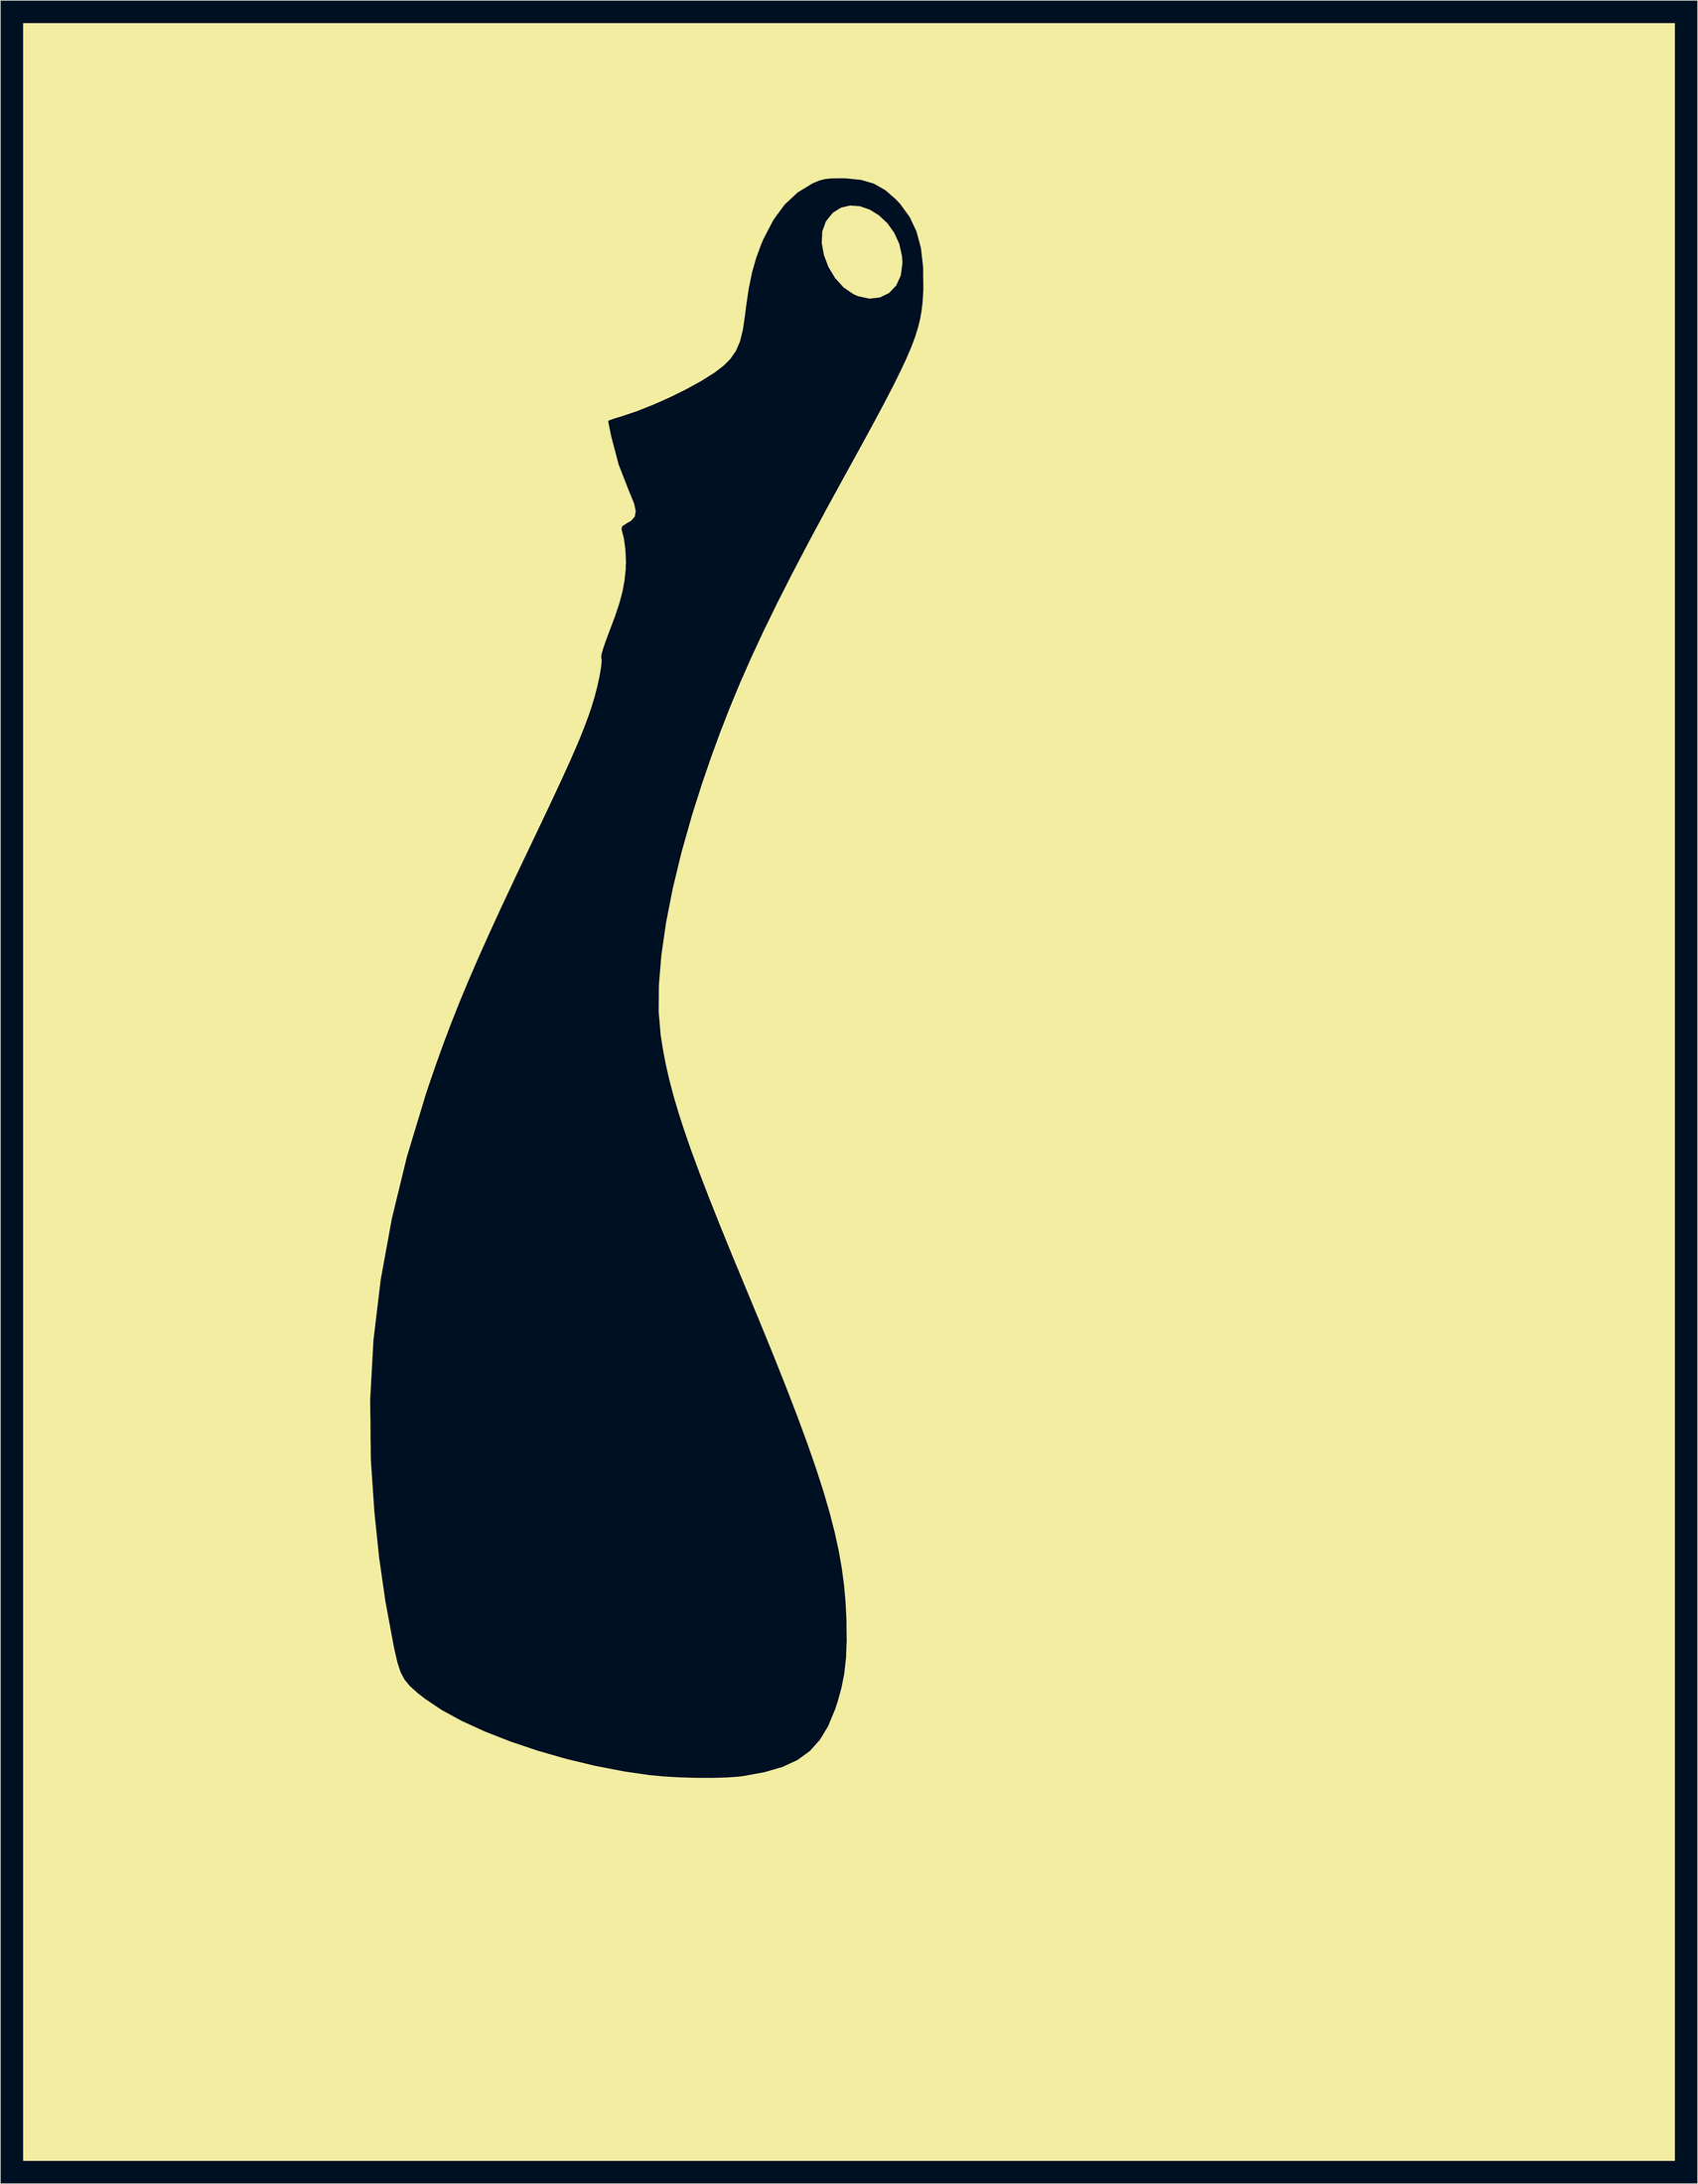
<source format=kicad_pcb>
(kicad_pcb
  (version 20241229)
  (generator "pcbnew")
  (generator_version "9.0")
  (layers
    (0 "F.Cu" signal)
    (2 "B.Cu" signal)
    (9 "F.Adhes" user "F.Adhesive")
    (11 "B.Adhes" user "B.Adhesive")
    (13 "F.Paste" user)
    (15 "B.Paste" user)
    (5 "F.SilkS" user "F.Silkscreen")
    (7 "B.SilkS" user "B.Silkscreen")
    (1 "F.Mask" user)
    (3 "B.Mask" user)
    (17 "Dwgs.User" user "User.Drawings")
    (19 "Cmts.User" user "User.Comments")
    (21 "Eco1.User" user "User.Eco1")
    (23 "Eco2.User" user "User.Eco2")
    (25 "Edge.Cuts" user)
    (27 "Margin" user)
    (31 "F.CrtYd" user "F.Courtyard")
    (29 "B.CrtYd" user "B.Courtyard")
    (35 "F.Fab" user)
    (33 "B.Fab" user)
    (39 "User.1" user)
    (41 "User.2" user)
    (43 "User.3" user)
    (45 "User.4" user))
  (footprint "1-silk"
    (layer "F.Cu")
    (at 109.091 141.176)
    (property "Reference" "1-silk" (at 0 0 0) (layer "F.SilkS") (effects (font (size 1.524 1.524) (thickness 0.3))))
    (attr through_hole)
    (fp_poly (pts (xy 1.443 -116.98) (xy 2.721 -116.54) (xy 3.939 -115.792) (xy 5.037 -114.769) (xy 5.954 -113.505) (xy 6.628 -112.032) (xy 6.999 -110.384) (xy 7.052 -109.464) (xy 6.834 -107.836) (xy 6.223 -106.512) (xy 5.288 -105.535) (xy 4.096 -104.947) (xy 2.713 -104.791) (xy 1.207 -105.11) (xy 0.607 -105.369) (xy -0.708 -106.266) (xy -1.827 -107.499) (xy -2.708 -108.962) (xy -3.311 -110.549) (xy -3.596 -112.152) (xy -3.522 -113.665) (xy -3.049 -114.982) (xy -3.044 -114.991) (xy -2.138 -116.117) (xy -1.047 -116.802) (xy 0.167 -117.079) (xy 1.443 -116.98)) (stroke (width 0.01) (type solid)) (fill yes) (layer "F.SilkS"))
    (fp_poly (pts (xy 109.086 141.171) (xy -109.086 141.171) (xy -109.086 40.596) (xy -63.248 40.596) (xy -63.164 48.321) (xy -63.125 49.117) (xy -62.692 55.488) (xy -62.068 61.497) (xy -61.235 67.289) (xy -60.174 73.01) (xy -60.015 73.777) (xy -59.638 75.393) (xy -59.235 76.621) (xy -58.716 77.601) (xy -57.991 78.476) (xy -56.971 79.387) (xy -55.995 80.151) (xy -53.797 81.626) (xy -51.138 83.073) (xy -48.095 84.465) (xy -44.741 85.779) (xy -41.151 86.988) (xy -37.4 88.068) (xy -33.563 88.992) (xy -29.714 89.735) (xy -26.389 90.218) (xy -24.525 90.396) (xy -22.427 90.519) (xy -20.236 90.585) (xy -18.096 90.591) (xy -16.147 90.537) (xy -14.533 90.421) (xy -14.037 90.36) (xy -11.189 89.844) (xy -8.803 89.152) (xy -6.822 88.239) (xy -5.189 87.06) (xy -3.848 85.573) (xy -2.742 83.733) (xy -1.815 81.496) (xy -1.521 80.605) (xy -0.987 78.681) (xy -0.615 76.774) (xy -0.391 74.753) (xy -0.3 72.485) (xy -0.329 69.838) (xy -0.338 69.547) (xy -0.449 67.341) (xy -0.648 65.134) (xy -0.947 62.888) (xy -1.356 60.566) (xy -1.888 58.131) (xy -2.553 55.544) (xy -3.364 52.767) (xy -4.331 49.763) (xy -5.467 46.494) (xy -6.782 42.923) (xy -8.288 39.011) (xy -9.996 34.721) (xy -11.918 30.015) (xy -13.446 26.336) (xy -15.307 21.851) (xy -16.955 17.808) (xy -18.405 14.165) (xy -19.671 10.88) (xy -20.767 7.911) (xy -21.708 5.216) (xy -22.506 2.752) (xy -23.178 0.478) (xy -23.737 -1.649) (xy -24.197 -3.67) (xy -24.572 -5.629) (xy -24.872 -7.535) (xy -25.134 -10.651) (xy -25.1 -14.174) (xy -24.777 -18.068) (xy -24.17 -22.298) (xy -23.285 -26.83) (xy -22.127 -31.627) (xy -20.704 -36.654) (xy -19.392 -40.774) (xy -18.228 -44.163) (xy -17.024 -47.461) (xy -15.754 -50.723) (xy -14.394 -54.003) (xy -12.917 -57.356) (xy -11.299 -60.835) (xy -9.514 -64.495) (xy -7.538 -68.391) (xy -5.344 -72.576) (xy -2.909 -77.105) (xy -0.4 -81.681) (xy 1.487 -85.108) (xy 3.125 -88.114) (xy 4.532 -90.741) (xy 5.725 -93.033) (xy 6.723 -95.031) (xy 7.543 -96.777) (xy 8.203 -98.315) (xy 8.721 -99.686) (xy 9.115 -100.934) (xy 9.402 -102.1) (xy 9.601 -103.227) (xy 9.729 -104.358) (xy 9.804 -105.534) (xy 9.822 -106.012) (xy 9.799 -108.946) (xy 9.504 -111.473) (xy 8.918 -113.659) (xy 8.019 -115.568) (xy 6.788 -117.265) (xy 6.165 -117.933) (xy 4.751 -119.151) (xy 3.272 -119.981) (xy 1.599 -120.472) (xy -0.398 -120.676) (xy -0.936 -120.688) (xy -2.198 -120.677) (xy -3.117 -120.593) (xy -3.881 -120.403) (xy -4.68 -120.074) (xy -4.813 -120.012) (xy -6.778 -118.819) (xy -8.501 -117.211) (xy -10.006 -115.158) (xy -11.318 -112.633) (xy -11.591 -111.993) (xy -12.265 -110.169) (xy -12.806 -108.264) (xy -13.245 -106.144) (xy -13.611 -103.674) (xy -13.734 -102.65) (xy -14.022 -100.674) (xy -14.41 -99.118) (xy -14.947 -97.872) (xy -15.679 -96.822) (xy -16.565 -95.934) (xy -17.812 -94.984) (xy -19.466 -93.942) (xy -21.418 -92.864) (xy -23.561 -91.802) (xy -25.784 -90.809) (xy -27.981 -89.938) (xy -30.043 -89.244) (xy -30.279 -89.175) (xy -31.093 -88.924) (xy -31.65 -88.724) (xy -31.817 -88.631) (xy -31.766 -88.341) (xy -31.633 -87.665) (xy -31.444 -86.739) (xy -31.41 -86.578) (xy -30.426 -82.851) (xy -29.028 -79.263) (xy -28.936 -79.063) (xy -28.391 -77.722) (xy -28.176 -76.728) (xy -28.301 -75.999) (xy -28.772 -75.456) (xy -29.34 -75.131) (xy -29.96 -74.72) (xy -30.055 -74.328) (xy -29.744 -73.139) (xy -29.541 -71.638) (xy -29.468 -70.042) (xy -29.506 -68.981) (xy -29.665 -67.519) (xy -29.927 -66.097) (xy -30.329 -64.587) (xy -30.902 -62.858) (xy -31.683 -60.783) (xy -31.69 -60.767) (xy -32.137 -59.572) (xy -32.483 -58.553) (xy -32.694 -57.814) (xy -32.737 -57.459) (xy -32.734 -57.454) (xy -32.672 -56.992) (xy -32.749 -56.128) (xy -32.945 -54.97) (xy -33.237 -53.625) (xy -33.605 -52.201) (xy -34.028 -50.806) (xy -34.074 -50.666) (xy -34.481 -49.491) (xy -34.936 -48.269) (xy -35.46 -46.95) (xy -36.076 -45.483) (xy -36.806 -43.817) (xy -37.673 -41.901) (xy -38.699 -39.684) (xy -39.907 -37.115) (xy -41.319 -34.144) (xy -42.112 -32.485) (xy -44.132 -28.239) (xy -45.93 -24.405) (xy -47.532 -20.92) (xy -48.963 -17.723) (xy -50.25 -14.752) (xy -51.419 -11.945) (xy -52.495 -9.239) (xy -53.505 -6.574) (xy -54.474 -3.887) (xy -55.43 -1.117) (xy -55.893 0.267) (xy -58.399 8.546) (xy -60.388 16.722) (xy -61.86 24.792) (xy -62.813 32.752) (xy -63.248 40.596) (xy -109.086 40.596) (xy -109.086 -141.171) (xy 109.086 -141.171) (xy 109.086 141.171)) (stroke (width 0.01) (type solid)) (fill yes) (layer "F.SilkS")))
  (gr_rect
    (start -3 -3)
    (end 221.183 285.351)
    (stroke (width 0.1) (type default))
    (fill no)
    (layer "Edge.Cuts")))
</source>
